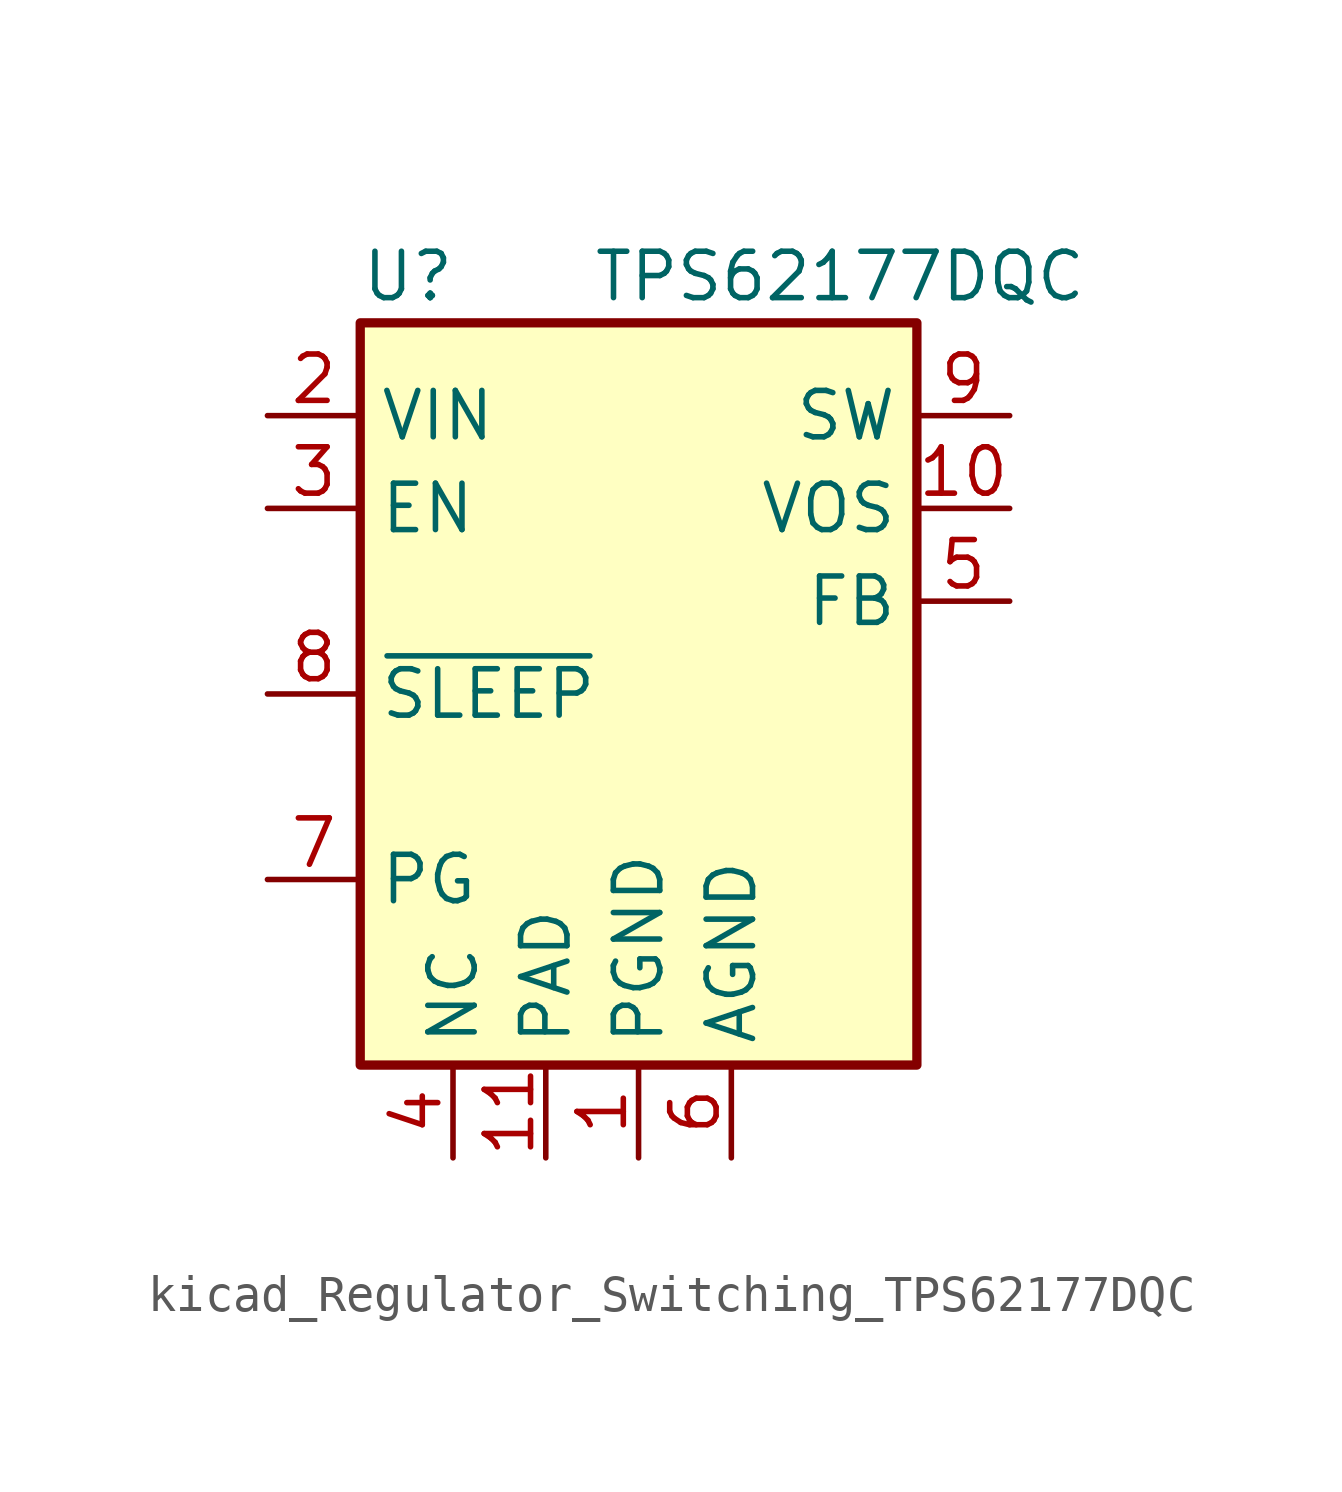
<source format=kicad_sym>
(kicad_symbol_lib
  (version 20220914)
  (generator kicad_symbol_editor)
  (symbol "kicad_Regulator_Switching_TPS62177DQC"
    (property "Reference" "U"
      (at -7.62 11.43 0)
      (effects (font (size 1.27 1.27)) (justify left)))
    (property "Value" "TPS62177DQC"
      (at -1.27 11.43 0)
      (effects (font (size 1.27 1.27)) (justify left)))
    (symbol "kicad_Regulator_Switching_TPS62177DQC_0_1"
      (rectangle (start -7.62 10.16) (end 7.62 -10.16) (stroke (width 0.254) (type default)) (fill (type background))))
    (symbol "kicad_Regulator_Switching_TPS62177DQC_1_1"
      (pin power_in line (at 0 -12.7 90) (length 2.54) (name "PGND" (effects (font (size 1.27 1.27)))) (number "1" (effects (font (size 1.27 1.27)))))
      (pin input line (at 10.16 5.08 180) (length 2.54) (name "VOS" (effects (font (size 1.27 1.27)))) (number "10" (effects (font (size 1.27 1.27)))))
      (pin power_in line (at -2.54 -12.7 90) (length 2.54) (name "PAD" (effects (font (size 1.27 1.27)))) (number "11" (effects (font (size 1.27 1.27)))))
      (pin power_in line (at -10.16 7.62 0) (length 2.54) (name "VIN" (effects (font (size 1.27 1.27)))) (number "2" (effects (font (size 1.27 1.27)))))
      (pin input line (at -10.16 5.08 0) (length 2.54) (name "EN" (effects (font (size 1.27 1.27)))) (number "3" (effects (font (size 1.27 1.27)))))
      (pin passive line (at -5.08 -12.7 90) (length 2.54) (name "NC" (effects (font (size 1.27 1.27)))) (number "4" (effects (font (size 1.27 1.27)))))
      (pin input line (at 10.16 2.54 180) (length 2.54) (name "FB" (effects (font (size 1.27 1.27)))) (number "5" (effects (font (size 1.27 1.27)))))
      (pin power_in line (at 2.54 -12.7 90) (length 2.54) (name "AGND" (effects (font (size 1.27 1.27)))) (number "6" (effects (font (size 1.27 1.27)))))
      (pin output line (at -10.16 -5.08 0) (length 2.54) (name "PG" (effects (font (size 1.27 1.27)))) (number "7" (effects (font (size 1.27 1.27)))))
      (pin input line (at -10.16 0 0) (length 2.54) (name "~{SLEEP}" (effects (font (size 1.27 1.27)))) (number "8" (effects (font (size 1.27 1.27)))))
      (pin power_out line (at 10.16 7.62 180) (length 2.54) (name "SW" (effects (font (size 1.27 1.27)))) (number "9" (effects (font (size 1.27 1.27))))))))
</source>
